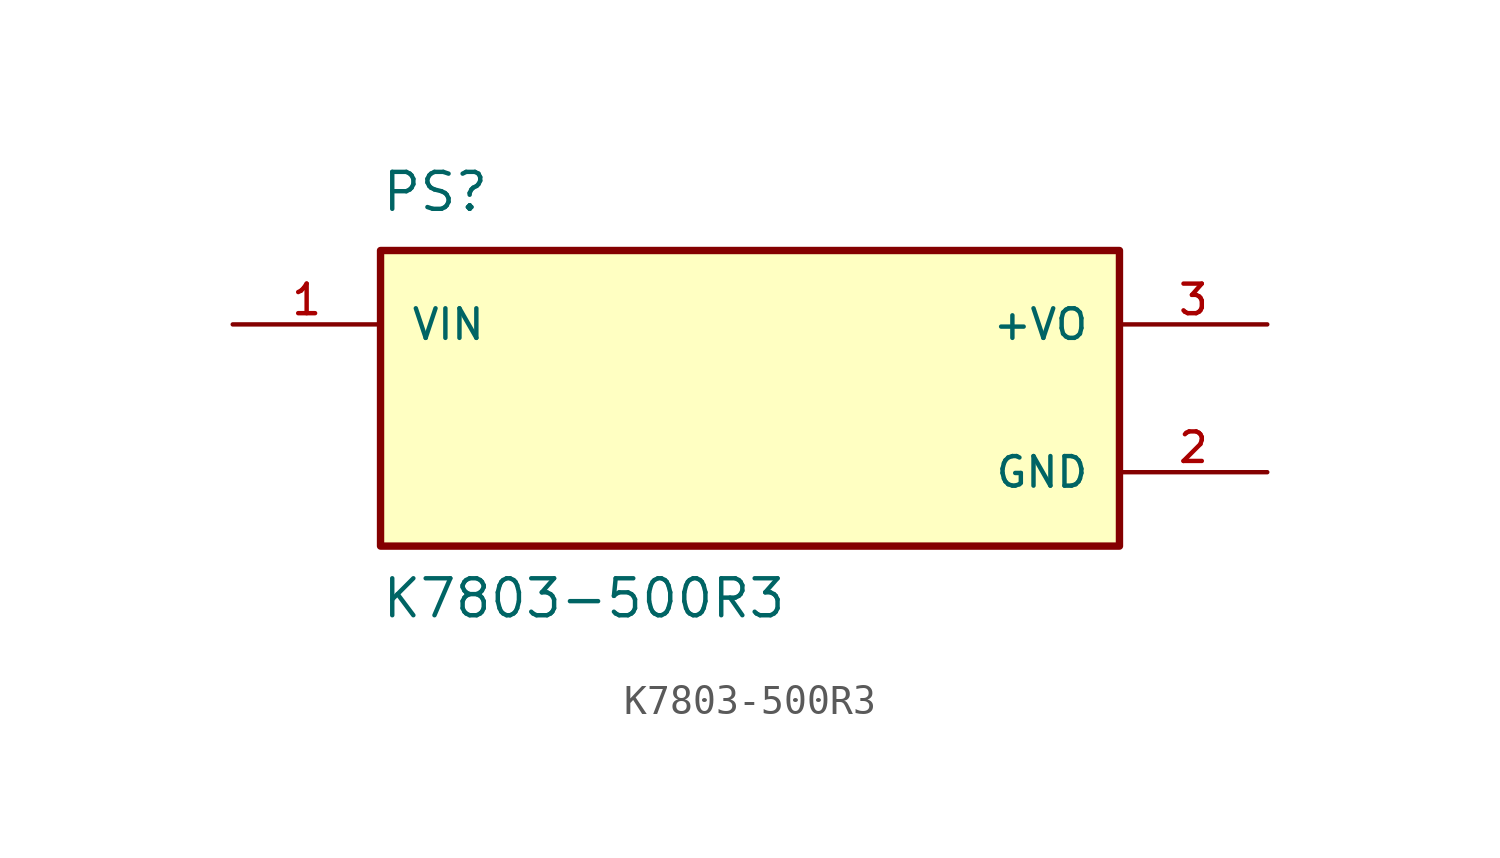
<source format=kicad_sym>
(kicad_symbol_lib
  (version 20220914)
  (generator kicad_symbol_editor)
  (symbol "K7803-500R3"
    (pin_names
      (offset 1.016))
    (property "Reference" "PS"
      (at -12.7 6.35 0)
      (effects (font (size 1.27 1.27)) (justify left bottom)))
    (property "Value" "K7803-500R3"
      (at -12.7 -7.62 0)
      (effects (font (size 1.27 1.27)) (justify left bottom)))
    (symbol "K7803-500R3_0_0"
      (rectangle (start -12.7 -5.08) (end 12.7 5.08) (stroke (width 0.254) (type default)) (fill (type background)))
      (pin power_in line (at 17.78 -2.54 180) (length 5.08) (name "GND" (effects (font (size 1.016 1.016)))) (number "2" (effects (font (size 1.016 1.016))))))
    (symbol "K7803-500R3_1_0"
      (pin input line (at -17.78 2.54 0) (length 5.08) (name "VIN" (effects (font (size 1.016 1.016)))) (number "1" (effects (font (size 1.016 1.016)))))
      (pin power_out line (at 17.78 2.54 180) (length 5.08) (name "+VO" (effects (font (size 1.016 1.016)))) (number "3" (effects (font (size 1.016 1.016))))))))
</source>
